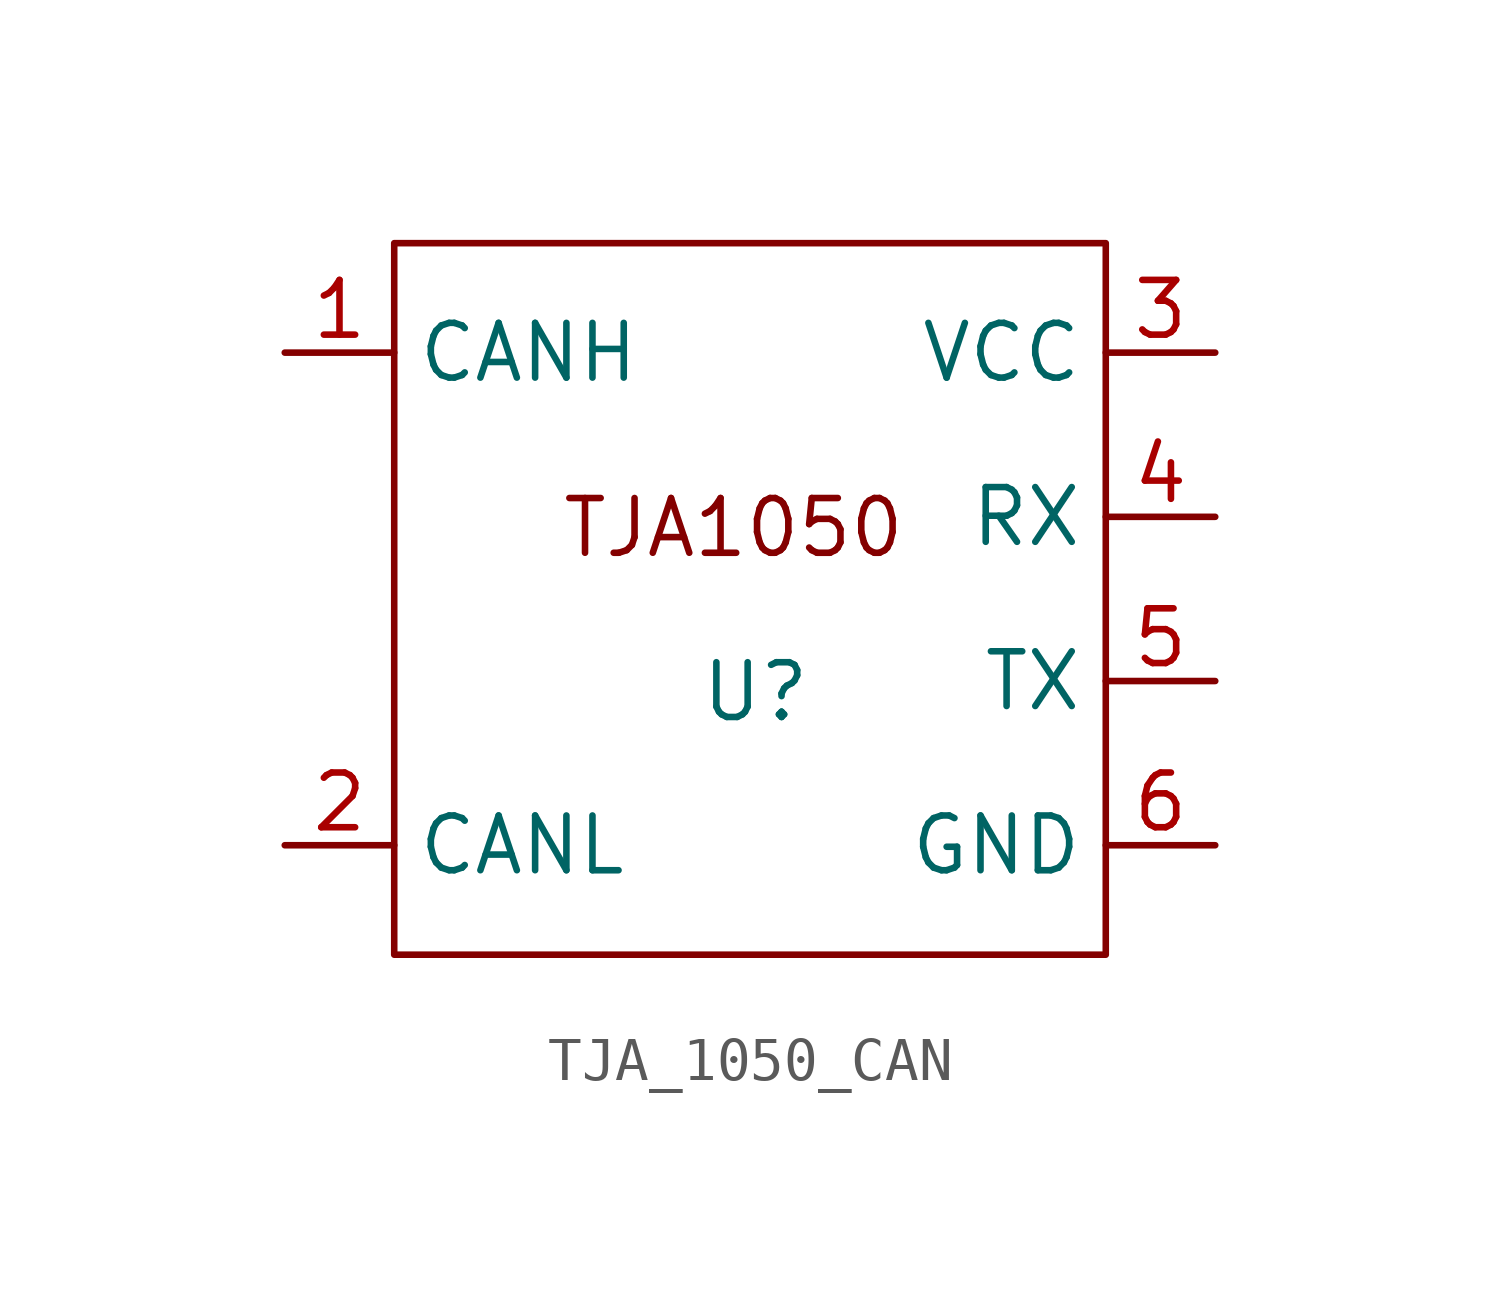
<source format=kicad_sym>
(kicad_symbol_lib
  (version 20241209)
  (generator "kicad_symbol_editor")
  (generator_version "9.0")
  (symbol "TJA_1050_CAN"
    (property "Reference" "U"
      (at 4.572 -7.874 0)
      (effects (font (size 1.27 1.27))))
    (property "Value" ""
      (at 0 0 0)
      (effects (font (size 1.27 1.27))))
    (symbol "TJA_1050_CAN_0_1"
      (rectangle (start -3.81 2.54) (end 12.7 -13.97) (stroke (width 0) (type default)) (fill (type none))))
    (symbol "TJA_1050_CAN_1_1"
      (text "TJA1050" (at 4.064 -4.064 0) (effects (font (size 1.27 1.27))))
      (pin bidirectional line (at -6.35 0 0) (length 2.54) (name "CANH" (effects (font (size 1.27 1.27)))) (number "1" (effects (font (size 1.27 1.27)))))
      (pin bidirectional line (at -6.35 -11.43 0) (length 2.54) (name "CANL" (effects (font (size 1.27 1.27)))) (number "2" (effects (font (size 1.27 1.27)))))
      (pin power_in line (at 15.24 0 180) (length 2.54) (name "VCC" (effects (font (size 1.27 1.27)))) (number "3" (effects (font (size 1.27 1.27)))))
      (pin input line (at 15.24 -3.81 180) (length 2.54) (name "RX" (effects (font (size 1.27 1.27)))) (number "4" (effects (font (size 1.27 1.27)))))
      (pin output line (at 15.24 -7.62 180) (length 2.54) (name "TX" (effects (font (size 1.27 1.27)))) (number "5" (effects (font (size 1.27 1.27)))))
      (pin power_in line (at 15.24 -11.43 180) (length 2.54) (name "GND" (effects (font (size 1.27 1.27)))) (number "6" (effects (font (size 1.27 1.27))))))))
</source>
